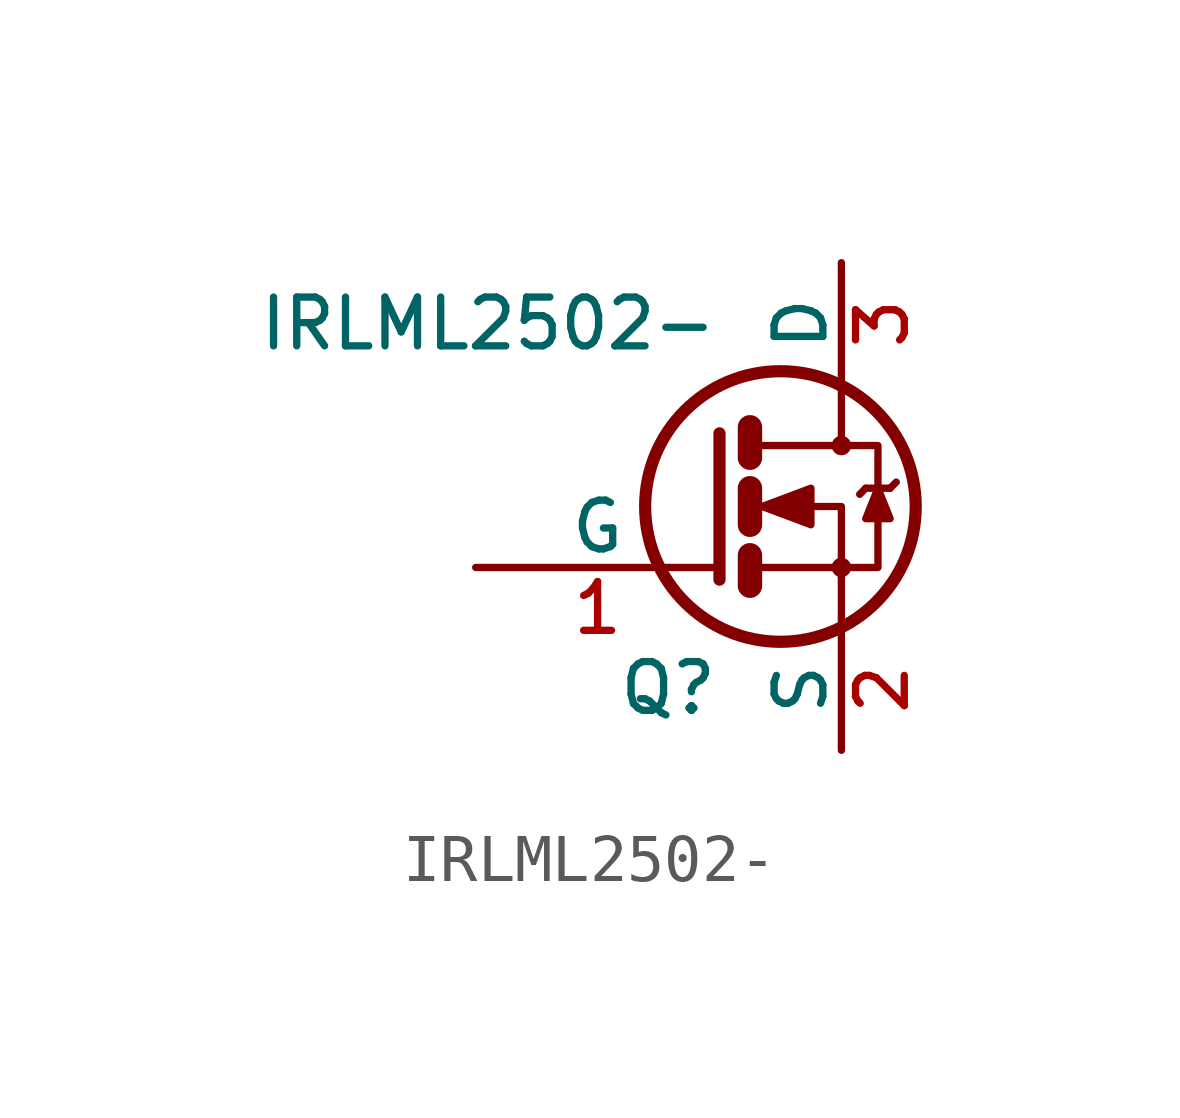
<source format=kicad_sym>
(kicad_symbol_lib
  (version 20220914)
  (generator kicad_symbol_editor)
  (symbol "IRLML2502-"
    (pin_names
      (offset 0))
    (property "Reference" "Q"
      (at 0 -3.785 0)
      (effects (font (size 1.016 1.016)) (justify right)))
    (property "Value" "IRLML2502-"
      (at 0 3.81 0)
      (effects (font (size 1.016 1.016)) (justify right)))
    (property "Datasheet" ""
      (at 0 0 0)
      (effects (font (size 1.524 1.524))))
    (symbol "IRLML2502-_0_1"
      (polyline (pts (xy 0.635 -1.016) (xy 0.635 -1.651)) (stroke (width 0.508) (type solid)) (fill (type none)))
      (polyline (pts (xy 0.635 0.381) (xy 0.635 -0.381)) (stroke (width 0.508) (type solid)) (fill (type none)))
      (polyline (pts (xy 0.635 1.651) (xy 0.635 1.016)) (stroke (width 0.508) (type solid)) (fill (type none)))
      (polyline (pts (xy 3.048 0.381) (xy 2.921 0.254)) (stroke (width 0) (type solid)) (fill (type none)))
      (polyline (pts (xy 3.048 0.381) (xy 3.556 0.381)) (stroke (width 0) (type solid)) (fill (type none)))
      (polyline (pts (xy 3.556 0.381) (xy 3.683 0.508)) (stroke (width 0) (type solid)) (fill (type none)))
      (polyline (pts (xy 0 1.524) (xy 0 -1.524) (xy 0 -1.524)) (stroke (width 0.254) (type solid)) (fill (type none)))
      (polyline (pts (xy 0.762 -1.27) (xy 2.54 -1.27) (xy 2.54 -2.54) (xy 2.54 -2.54)) (stroke (width 0) (type solid)) (fill (type none)))
      (polyline (pts (xy 0.762 1.27) (xy 2.54 1.27) (xy 2.54 2.54) (xy 2.54 2.54)) (stroke (width 0) (type solid)) (fill (type none)))
      (polyline (pts (xy 2.54 1.27) (xy 3.302 1.27) (xy 3.302 -1.27) (xy 2.54 -1.27)) (stroke (width 0) (type solid)) (fill (type none)))
      (polyline (pts (xy 3.302 0.381) (xy 3.048 -0.254) (xy 3.556 -0.254) (xy 3.302 0.381)) (stroke (width 0) (type solid)) (fill (type outline)))
      (polyline (pts (xy 0.762 0) (xy 1.27 0) (xy 2.54 0) (xy 2.54 -1.27) (xy 2.54 -1.27)) (stroke (width 0) (type solid)) (fill (type none)))
      (polyline (pts (xy 0.889 0) (xy 1.905 0.381) (xy 1.905 -0.381) (xy 0.889 0) (xy 1.016 0) (xy 1.016 0)) (stroke (width 0) (type solid)) (fill (type outline)))
      (circle (center 1.27 0) (radius 2.819) (stroke (width 0.254) (type solid)) (fill (type none)))
      (circle (center 2.54 -1.27) (radius 0.127) (stroke (width 0) (type solid)) (fill (type none)))
      (circle (center 2.54 1.27) (radius 0.127) (stroke (width 0) (type solid)) (fill (type none))))
    (symbol "IRLML2502-_1_1"
      (pin input line (at -5.08 -1.27 0) (length 5.08) (name "G" (effects (font (size 1.016 1.016)))) (number "1" (effects (font (size 1.016 1.016)))))
      (pin passive line (at 2.54 -5.08 90) (length 2.54) (name "S" (effects (font (size 1.016 1.016)))) (number "2" (effects (font (size 1.016 1.016)))))
      (pin passive line (at 2.54 5.08 270) (length 2.54) (name "D" (effects (font (size 1.016 1.016)))) (number "3" (effects (font (size 1.016 1.016))))))))
</source>
